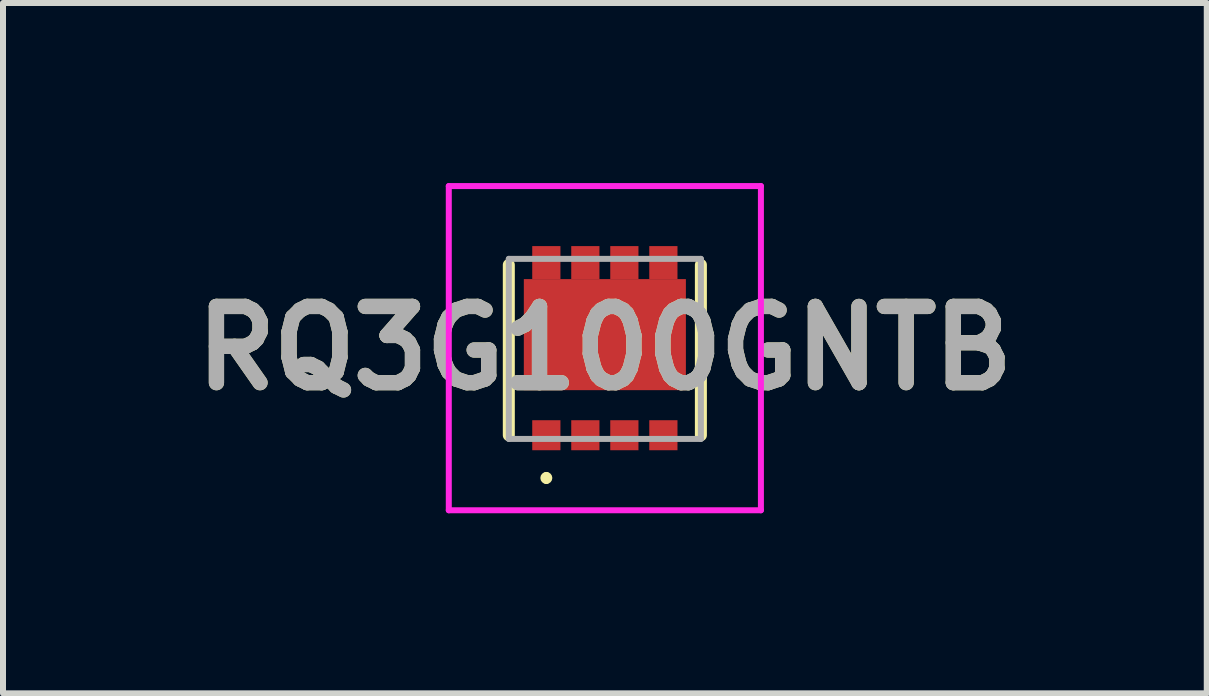
<source format=kicad_pcb>
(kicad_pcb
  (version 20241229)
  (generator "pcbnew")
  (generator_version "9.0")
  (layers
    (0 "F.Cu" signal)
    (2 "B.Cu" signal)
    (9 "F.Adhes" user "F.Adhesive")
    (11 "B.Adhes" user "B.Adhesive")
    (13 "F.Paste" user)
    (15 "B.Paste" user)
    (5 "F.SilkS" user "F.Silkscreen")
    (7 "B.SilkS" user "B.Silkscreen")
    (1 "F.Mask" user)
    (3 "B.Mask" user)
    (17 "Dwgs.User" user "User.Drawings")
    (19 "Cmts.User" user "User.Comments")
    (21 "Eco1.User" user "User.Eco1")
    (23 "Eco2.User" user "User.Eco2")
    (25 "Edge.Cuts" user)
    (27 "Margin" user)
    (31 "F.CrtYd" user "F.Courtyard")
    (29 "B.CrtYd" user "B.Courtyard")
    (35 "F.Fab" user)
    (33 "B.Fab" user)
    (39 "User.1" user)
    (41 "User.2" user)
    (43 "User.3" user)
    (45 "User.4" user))
  (footprint "RQ3G100GNTB"
    (layer "F.Cu")
    (at 7.027 2.763)
    (property "Reference" "RQ3G100GNTB" (at 0 -0.012 0) (layer "F.SilkS") (effects (font (size 1.27 1.27) (thickness 0.254))))
    (attr smd)
    (fp_line (start -1.6 -1.4) (end -1.6 1.438) (stroke (width 0.2) (type solid)) (layer "F.SilkS"))
    (fp_line (start -0.975 2.1) (end -0.975 2.1) (stroke (width 0.1) (type solid)) (layer "F.SilkS"))
    (fp_line (start -0.975 2.2) (end -0.975 2.2) (stroke (width 0.1) (type solid)) (layer "F.SilkS"))
    (fp_line (start 1.6 -1.4) (end 1.6 1.438) (stroke (width 0.2) (type solid)) (layer "F.SilkS"))
    (fp_arc (start -0.975 2.1) (mid -0.925 2.15) (end -0.975 2.2) (stroke (width 0.1) (type solid)) (layer "F.SilkS"))
    (fp_arc (start -0.975 2.2) (mid -1.025 2.15) (end -0.975 2.1) (stroke (width 0.1) (type solid)) (layer "F.SilkS"))
    (fp_line (start -2.6 -2.713) (end 2.6 -2.713) (stroke (width 0.1) (type solid)) (layer "F.CrtYd"))
    (fp_line (start -2.6 2.688) (end -2.6 -2.713) (stroke (width 0.1) (type solid)) (layer "F.CrtYd"))
    (fp_line (start 2.6 -2.713) (end 2.6 2.688) (stroke (width 0.1) (type solid)) (layer "F.CrtYd"))
    (fp_line (start 2.6 2.688) (end -2.6 2.688) (stroke (width 0.1) (type solid)) (layer "F.CrtYd"))
    (fp_line (start -1.6 -1.5) (end 1.6 -1.5) (stroke (width 0.1) (type solid)) (layer "F.Fab"))
    (fp_line (start -1.6 1.5) (end -1.6 -1.5) (stroke (width 0.1) (type solid)) (layer "F.Fab"))
    (fp_line (start 1.6 -1.5) (end 1.6 1.5) (stroke (width 0.1) (type solid)) (layer "F.Fab"))
    (fp_line (start 1.6 1.5) (end -1.6 1.5) (stroke (width 0.1) (type solid)) (layer "F.Fab"))
    (fp_text user "${REFERENCE}" (at 0 -0.012 0) (layer "F.Fab") (effects (font (size 1.27 1.27) (thickness 0.254))))
    (pad "1" smd rect (at -0.975 1.438) (size 0.47 0.5) (layers "F.Cu" "F.Mask" "F.Paste"))
    (pad "2" smd rect (at -0.325 1.438) (size 0.47 0.5) (layers "F.Cu" "F.Mask" "F.Paste"))
    (pad "3" smd rect (at 0.325 1.438) (size 0.47 0.5) (layers "F.Cu" "F.Mask" "F.Paste"))
    (pad "4" smd rect (at 0.975 1.438) (size 0.47 0.5) (layers "F.Cu" "F.Mask" "F.Paste"))
    (pad "5" smd rect (at 0.975 -1.438) (size 0.47 0.55) (layers "F.Cu" "F.Mask" "F.Paste"))
    (pad "6" smd rect (at 0.325 -1.438) (size 0.47 0.55) (layers "F.Cu" "F.Mask" "F.Paste"))
    (pad "7" smd rect (at -0.325 -1.438) (size 0.47 0.55) (layers "F.Cu" "F.Mask" "F.Paste"))
    (pad "8" smd rect (at -0.975 -1.438) (size 0.47 0.55) (layers "F.Cu" "F.Mask" "F.Paste"))
    (pad "9" smd rect (at 0 -0.238 90) (size 1.85 2.7) (layers "F.Cu" "F.Mask" "F.Paste")))
  (gr_rect
    (start -3 -3)
    (end 17.055 8.501)
    (stroke (width 0.1) (type default))
    (fill no)
    (layer "Edge.Cuts")))
</source>
